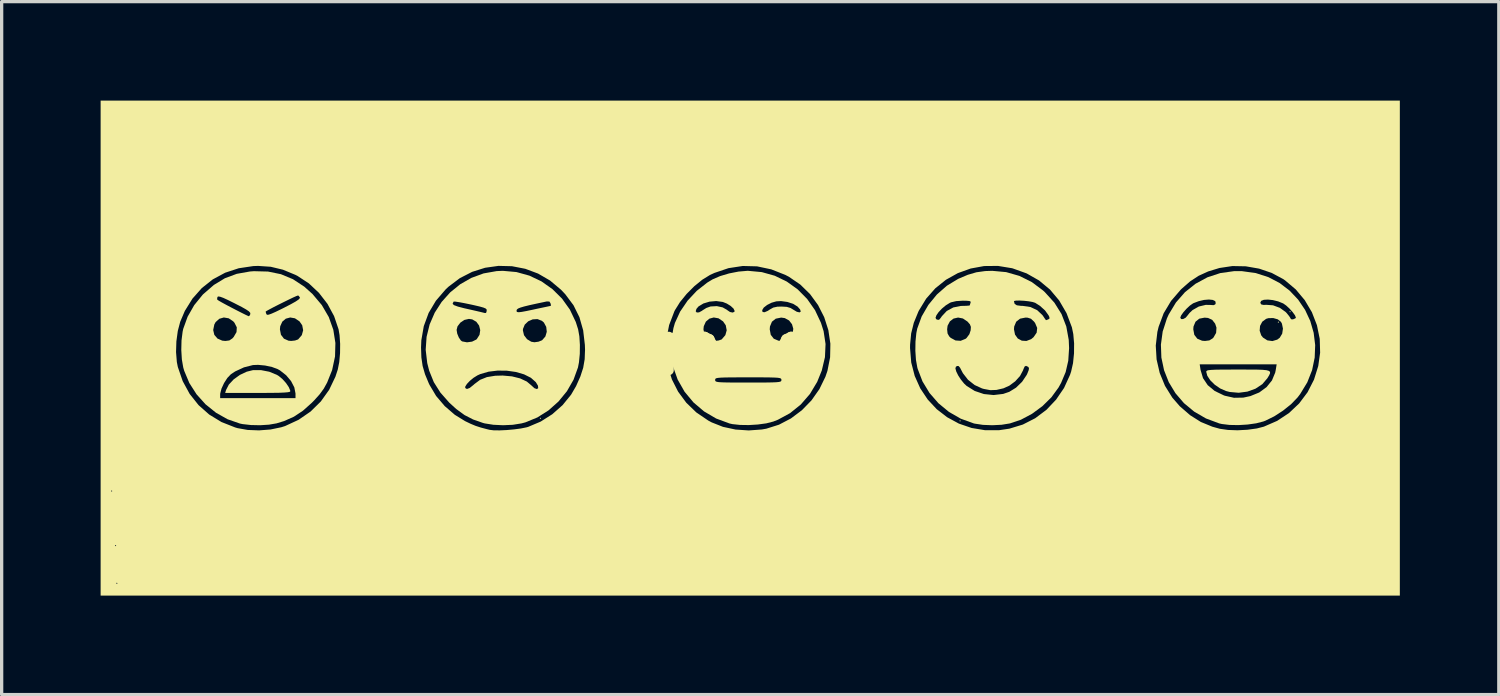
<source format=kicad_pcb>
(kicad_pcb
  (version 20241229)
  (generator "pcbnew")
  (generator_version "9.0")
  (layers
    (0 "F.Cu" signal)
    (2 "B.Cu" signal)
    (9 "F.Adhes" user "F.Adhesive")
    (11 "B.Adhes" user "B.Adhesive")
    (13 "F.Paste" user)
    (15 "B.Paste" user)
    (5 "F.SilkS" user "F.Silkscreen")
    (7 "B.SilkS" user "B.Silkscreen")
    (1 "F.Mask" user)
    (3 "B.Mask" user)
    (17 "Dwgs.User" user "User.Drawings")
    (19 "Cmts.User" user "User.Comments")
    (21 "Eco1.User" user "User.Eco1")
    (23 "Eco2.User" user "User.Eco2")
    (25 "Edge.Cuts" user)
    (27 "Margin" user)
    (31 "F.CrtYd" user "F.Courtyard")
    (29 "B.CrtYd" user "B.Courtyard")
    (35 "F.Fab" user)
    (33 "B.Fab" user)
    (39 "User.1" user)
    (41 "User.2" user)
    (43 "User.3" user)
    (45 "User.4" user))
  (footprint "smile t"
    (layer "F.Cu")
    (at 19.69 7.482)
    (property "Reference" "smile t" (at 0 0 0) (layer "F.SilkS") (effects (font (size 1.524 1.524) (thickness 0.3))))
    (attr board_only exclude_from_pos_files exclude_from_bom)
    (fp_poly (pts (xy -6.34 2.146) (xy -6.36 2.166) (xy -6.38 2.146) (xy -6.36 2.127)) (stroke (width 0) (type solid)) (fill yes) (layer "F.SilkS"))
    (fp_poly (pts (xy 6.38 2.225) (xy 6.36 2.245) (xy 6.34 2.225) (xy 6.36 2.205)) (stroke (width 0) (type solid)) (fill yes) (layer "F.SilkS"))
    (fp_poly (pts (xy 16.028 -0.768) (xy 16.008 -0.748) (xy 15.988 -0.768) (xy 16.008 -0.788)) (stroke (width 0) (type solid)) (fill yes) (layer "F.SilkS"))
    (fp_poly (pts (xy 16.382 -1.083) (xy 16.362 -1.063) (xy 16.343 -1.083) (xy 16.362 -1.103)) (stroke (width 0) (type solid)) (fill yes) (layer "F.SilkS"))
    (fp_poly (pts (xy -14.58 0.735) (xy -14.352 0.828) (xy -14.291 0.865) (xy -14.178 0.959) (xy -14.07 1.079) (xy -13.987 1.202) (xy -13.943 1.306) (xy -13.941 1.329) (xy -13.958 1.345) (xy -14.015 1.357) (xy -14.12 1.366) (xy -14.278 1.373) (xy -14.498 1.376) (xy -14.786 1.378) (xy -14.928 1.378) (xy -15.915 1.378) (xy -15.889 1.29) (xy -15.804 1.125) (xy -15.658 0.968) (xy -15.471 0.833) (xy -15.261 0.734) (xy -15.076 0.688) (xy -14.833 0.686)) (stroke (width 0) (type solid)) (fill yes) (layer "F.SilkS"))
    (fp_poly (pts (xy 15.102 0.67) (xy 15.345 0.671) (xy 15.524 0.677) (xy 15.648 0.689) (xy 15.722 0.71) (xy 15.756 0.741) (xy 15.755 0.785) (xy 15.729 0.843) (xy 15.683 0.919) (xy 15.676 0.931) (xy 15.522 1.112) (xy 15.315 1.249) (xy 15.07 1.338) (xy 14.805 1.373) (xy 14.534 1.349) (xy 14.422 1.32) (xy 14.244 1.242) (xy 14.08 1.129) (xy 13.945 0.996) (xy 13.854 0.858) (xy 13.822 0.738) (xy 13.827 0.717) (xy 13.848 0.7) (xy 13.894 0.688) (xy 13.975 0.68) (xy 14.098 0.674) (xy 14.274 0.671) (xy 14.511 0.67) (xy 14.787 0.669)) (stroke (width 0) (type solid)) (fill yes) (layer "F.SilkS"))
    (fp_poly (pts (xy 14.905 -2.313) (xy 15.323 -2.255) (xy 15.705 -2.132) (xy 16.048 -1.953) (xy 16.35 -1.722) (xy 16.608 -1.449) (xy 16.817 -1.141) (xy 16.975 -0.803) (xy 17.078 -0.445) (xy 17.124 -0.072) (xy 17.109 0.307) (xy 17.031 0.686) (xy 16.885 1.057) (xy 16.668 1.413) (xy 16.591 1.514) (xy 16.395 1.718) (xy 16.149 1.915) (xy 15.88 2.089) (xy 15.614 2.22) (xy 15.553 2.243) (xy 15.336 2.299) (xy 15.075 2.336) (xy 14.797 2.353) (xy 14.528 2.348) (xy 14.296 2.32) (xy 14.216 2.302) (xy 13.814 2.152) (xy 13.456 1.944) (xy 13.146 1.687) (xy 12.889 1.387) (xy 12.686 1.051) (xy 12.543 0.689) (xy 12.506 0.512) (xy 13.624 0.512) (xy 13.649 0.679) (xy 13.724 0.93) (xy 13.867 1.143) (xy 14.078 1.318) (xy 14.355 1.452) (xy 14.386 1.463) (xy 14.663 1.525) (xy 14.945 1.52) (xy 15.159 1.474) (xy 15.429 1.364) (xy 15.65 1.202) (xy 15.814 0.999) (xy 15.913 0.76) (xy 15.929 0.679) (xy 15.956 0.512) (xy 13.624 0.512) (xy 12.506 0.512) (xy 12.462 0.307) (xy 12.448 -0.087) (xy 12.502 -0.486) (xy 12.524 -0.551) (xy 13.429 -0.551) (xy 13.46 -0.384) (xy 13.551 -0.266) (xy 13.695 -0.205) (xy 13.783 -0.197) (xy 13.916 -0.214) (xy 14.014 -0.274) (xy 14.041 -0.301) (xy 14.121 -0.441) (xy 14.126 -0.509) (xy 15.441 -0.509) (xy 15.488 -0.368) (xy 15.541 -0.301) (xy 15.675 -0.215) (xy 15.828 -0.194) (xy 15.975 -0.238) (xy 16.049 -0.294) (xy 16.124 -0.418) (xy 16.147 -0.572) (xy 16.116 -0.722) (xy 16.086 -0.777) (xy 15.99 -0.853) (xy 15.852 -0.892) (xy 15.705 -0.888) (xy 15.638 -0.868) (xy 15.52 -0.781) (xy 15.453 -0.654) (xy 15.441 -0.509) (xy 14.126 -0.509) (xy 14.132 -0.601) (xy 14.092 -0.721) (xy 14.001 -0.838) (xy 13.876 -0.895) (xy 13.771 -0.904) (xy 13.611 -0.873) (xy 13.496 -0.78) (xy 13.436 -0.636) (xy 13.429 -0.551) (xy 12.524 -0.551) (xy 12.63 -0.881) (xy 12.64 -0.903) (xy 13.035 -0.903) (xy 13.061 -0.861) (xy 13.123 -0.862) (xy 13.195 -0.9) (xy 13.237 -0.947) (xy 13.317 -1.048) (xy 13.407 -1.133) (xy 13.597 -1.241) (xy 13.807 -1.291) (xy 13.942 -1.289) (xy 14.044 -1.282) (xy 14.094 -1.305) (xy 14.11 -1.342) (xy 14.106 -1.357) (xy 15.461 -1.357) (xy 15.463 -1.347) (xy 15.492 -1.303) (xy 15.563 -1.289) (xy 15.639 -1.293) (xy 15.846 -1.278) (xy 16.053 -1.201) (xy 16.229 -1.075) (xy 16.262 -1.04) (xy 16.334 -0.951) (xy 16.377 -0.885) (xy 16.382 -0.869) (xy 16.413 -0.85) (xy 16.461 -0.855) (xy 16.525 -0.884) (xy 16.54 -0.904) (xy 16.512 -0.974) (xy 16.441 -1.072) (xy 16.345 -1.179) (xy 16.243 -1.273) (xy 16.154 -1.335) (xy 16.001 -1.397) (xy 15.842 -1.436) (xy 15.693 -1.452) (xy 15.569 -1.445) (xy 15.487 -1.413) (xy 15.461 -1.357) (xy 14.106 -1.357) (xy 14.095 -1.404) (xy 14.02 -1.441) (xy 13.902 -1.453) (xy 13.755 -1.441) (xy 13.596 -1.404) (xy 13.438 -1.344) (xy 13.42 -1.335) (xy 13.328 -1.271) (xy 13.225 -1.175) (xy 13.13 -1.068) (xy 13.06 -0.969) (xy 13.035 -0.903) (xy 12.64 -0.903) (xy 12.684 -1) (xy 12.904 -1.364) (xy 13.178 -1.677) (xy 13.499 -1.932) (xy 13.859 -2.127) (xy 14.249 -2.255) (xy 14.663 -2.313)) (stroke (width 0) (type solid)) (fill yes) (layer "F.SilkS"))
    (fp_poly (pts (xy -14.617 -2.301) (xy -14.225 -2.221) (xy -13.86 -2.069) (xy -13.517 -1.843) (xy -13.267 -1.619) (xy -12.985 -1.284) (xy -12.774 -0.921) (xy -12.637 -0.536) (xy -12.574 -0.136) (xy -12.585 0.273) (xy -12.673 0.685) (xy -12.824 1.063) (xy -12.925 1.246) (xy -13.049 1.417) (xy -13.213 1.6) (xy -13.287 1.675) (xy -13.559 1.918) (xy -13.831 2.098) (xy -14.127 2.23) (xy -14.36 2.301) (xy -14.587 2.34) (xy -14.857 2.357) (xy -15.134 2.351) (xy -15.385 2.323) (xy -15.468 2.306) (xy -15.842 2.176) (xy -16.193 1.978) (xy -16.51 1.723) (xy -16.678 1.536) (xy -16.067 1.536) (xy -13.783 1.536) (xy -13.783 1.396) (xy -13.819 1.21) (xy -13.918 1.019) (xy -14.067 0.842) (xy -14.254 0.695) (xy -14.325 0.655) (xy -14.495 0.592) (xy -14.705 0.547) (xy -14.917 0.527) (xy -15.072 0.533) (xy -15.346 0.603) (xy -15.612 0.726) (xy -15.744 0.814) (xy -15.85 0.925) (xy -15.949 1.079) (xy -16.026 1.246) (xy -16.065 1.396) (xy -16.067 1.428) (xy -16.067 1.536) (xy -16.678 1.536) (xy -16.782 1.42) (xy -17.001 1.078) (xy -17.156 0.709) (xy -17.186 0.605) (xy -17.228 0.361) (xy -17.245 0.077) (xy -17.238 -0.214) (xy -17.205 -0.477) (xy -17.194 -0.529) (xy -16.278 -0.529) (xy -16.244 -0.383) (xy -16.149 -0.271) (xy -16.004 -0.207) (xy -15.908 -0.197) (xy -15.788 -0.213) (xy -15.696 -0.275) (xy -15.657 -0.318) (xy -15.571 -0.466) (xy -15.566 -0.551) (xy -14.256 -0.551) (xy -14.224 -0.385) (xy -14.134 -0.267) (xy -13.994 -0.205) (xy -13.913 -0.198) (xy -13.797 -0.211) (xy -13.709 -0.242) (xy -13.701 -0.247) (xy -13.592 -0.374) (xy -13.551 -0.522) (xy -13.58 -0.673) (xy -13.662 -0.791) (xy -13.8 -0.884) (xy -13.944 -0.909) (xy -14.077 -0.873) (xy -14.183 -0.783) (xy -14.246 -0.644) (xy -14.256 -0.551) (xy -15.566 -0.551) (xy -15.563 -0.611) (xy -15.634 -0.75) (xy -15.67 -0.791) (xy -15.808 -0.884) (xy -15.956 -0.909) (xy -16.094 -0.869) (xy -16.205 -0.768) (xy -16.244 -0.696) (xy -16.278 -0.529) (xy -17.194 -0.529) (xy -17.186 -0.565) (xy -17.053 -0.933) (xy -16.853 -1.283) (xy -16.705 -1.465) (xy -16.16 -1.465) (xy -16.147 -1.443) (xy -16.101 -1.413) (xy -16.003 -1.357) (xy -15.868 -1.284) (xy -15.712 -1.202) (xy -15.552 -1.119) (xy -15.404 -1.044) (xy -15.285 -0.985) (xy -15.211 -0.951) (xy -15.195 -0.947) (xy -15.166 -0.978) (xy -15.152 -1.016) (xy -15.157 -1.052) (xy -15.188 -1.086) (xy -14.689 -1.086) (xy -14.676 -1.04) (xy -14.665 -1.009) (xy -14.644 -0.99) (xy -14.596 -0.994) (xy -14.511 -1.024) (xy -14.378 -1.083) (xy -14.189 -1.175) (xy -14.135 -1.202) (xy -13.924 -1.311) (xy -13.778 -1.393) (xy -13.689 -1.453) (xy -13.652 -1.495) (xy -13.65 -1.516) (xy -13.689 -1.568) (xy -13.709 -1.575) (xy -13.755 -1.559) (xy -13.854 -1.515) (xy -13.989 -1.45) (xy -14.144 -1.374) (xy -14.305 -1.294) (xy -14.456 -1.217) (xy -14.58 -1.151) (xy -14.663 -1.105) (xy -14.689 -1.086) (xy -15.188 -1.086) (xy -15.196 -1.095) (xy -15.278 -1.151) (xy -15.412 -1.227) (xy -15.609 -1.328) (xy -15.624 -1.336) (xy -15.828 -1.437) (xy -15.973 -1.504) (xy -16.068 -1.538) (xy -16.124 -1.546) (xy -16.149 -1.531) (xy -16.16 -1.465) (xy -16.705 -1.465) (xy -16.598 -1.597) (xy -16.577 -1.618) (xy -16.258 -1.895) (xy -15.924 -2.098) (xy -15.563 -2.232) (xy -15.164 -2.303) (xy -15.043 -2.312)) (stroke (width 0) (type solid)) (fill yes) (layer "F.SilkS"))
    (fp_poly (pts (xy -7.086 -2.286) (xy -6.693 -2.177) (xy -6.326 -2.002) (xy -5.995 -1.768) (xy -5.706 -1.482) (xy -5.467 -1.148) (xy -5.288 -0.773) (xy -5.217 -0.551) (xy -5.179 -0.337) (xy -5.163 -0.078) (xy -5.166 0.194) (xy -5.191 0.449) (xy -5.221 0.605) (xy -5.356 0.978) (xy -5.556 1.326) (xy -5.813 1.639) (xy -6.114 1.907) (xy -6.452 2.121) (xy -6.815 2.27) (xy -6.935 2.302) (xy -7.198 2.344) (xy -7.493 2.357) (xy -7.786 2.343) (xy -8.046 2.302) (xy -8.099 2.288) (xy -8.399 2.183) (xy -8.661 2.048) (xy -8.91 1.866) (xy -9.121 1.674) (xy -9.39 1.369) (xy -9.479 1.229) (xy -8.639 1.229) (xy -8.587 1.259) (xy -8.503 1.227) (xy -8.383 1.131) (xy -8.36 1.109) (xy -8.188 0.981) (xy -7.981 0.898) (xy -7.728 0.857) (xy -7.502 0.851) (xy -7.222 0.876) (xy -6.974 0.938) (xy -6.772 1.033) (xy -6.64 1.144) (xy -6.542 1.234) (xy -6.467 1.261) (xy -6.427 1.233) (xy -6.434 1.159) (xy -6.499 1.051) (xy -6.648 0.919) (xy -6.855 0.815) (xy -7.103 0.743) (xy -7.376 0.704) (xy -7.658 0.701) (xy -7.931 0.734) (xy -8.18 0.806) (xy -8.267 0.845) (xy -8.386 0.919) (xy -8.498 1.011) (xy -8.587 1.105) (xy -8.637 1.184) (xy -8.639 1.229) (xy -9.479 1.229) (xy -9.591 1.051) (xy -9.731 0.704) (xy -9.79 0.473) (xy -9.837 0.071) (xy -9.81 -0.322) (xy -9.758 -0.533) (xy -8.9 -0.533) (xy -8.881 -0.419) (xy -8.833 -0.302) (xy -8.771 -0.212) (xy -8.733 -0.184) (xy -8.585 -0.156) (xy -8.431 -0.177) (xy -8.305 -0.239) (xy -8.288 -0.254) (xy -8.205 -0.384) (xy -8.185 -0.518) (xy -6.891 -0.518) (xy -6.857 -0.372) (xy -6.765 -0.251) (xy -6.638 -0.174) (xy -6.542 -0.158) (xy -6.418 -0.175) (xy -6.313 -0.217) (xy -6.307 -0.221) (xy -6.209 -0.333) (xy -6.167 -0.475) (xy -6.183 -0.623) (xy -6.254 -0.755) (xy -6.313 -0.807) (xy -6.448 -0.86) (xy -6.594 -0.852) (xy -6.729 -0.793) (xy -6.834 -0.693) (xy -6.888 -0.562) (xy -6.891 -0.518) (xy -8.185 -0.518) (xy -8.184 -0.527) (xy -8.219 -0.665) (xy -8.302 -0.779) (xy -8.426 -0.851) (xy -8.527 -0.866) (xy -8.664 -0.835) (xy -8.786 -0.753) (xy -8.872 -0.641) (xy -8.9 -0.533) (xy -9.758 -0.533) (xy -9.717 -0.7) (xy -9.563 -1.055) (xy -9.392 -1.32) (xy -9.018 -1.32) (xy -8.979 -1.283) (xy -8.861 -1.239) (xy -8.666 -1.188) (xy -8.634 -1.181) (xy -8.456 -1.141) (xy -8.294 -1.104) (xy -8.173 -1.076) (xy -8.132 -1.066) (xy -8.044 -1.044) (xy -8.007 -1.048) (xy -7.993 -1.088) (xy -7.992 -1.096) (xy -7.083 -1.096) (xy -7.065 -1.075) (xy -7.017 -1.068) (xy -6.928 -1.078) (xy -6.787 -1.104) (xy -6.582 -1.147) (xy -6.514 -1.162) (xy -6.335 -1.2) (xy -6.187 -1.231) (xy -6.085 -1.253) (xy -6.045 -1.26) (xy -6.043 -1.292) (xy -6.053 -1.337) (xy -6.087 -1.392) (xy -6.162 -1.395) (xy -6.177 -1.393) (xy -6.469 -1.331) (xy -6.692 -1.282) (xy -6.855 -1.242) (xy -6.966 -1.209) (xy -7.036 -1.18) (xy -7.071 -1.152) (xy -7.081 -1.131) (xy -7.083 -1.096) (xy -7.992 -1.096) (xy -7.988 -1.119) (xy -7.99 -1.152) (xy -8.018 -1.18) (xy -8.083 -1.208) (xy -8.196 -1.24) (xy -8.371 -1.281) (xy -8.467 -1.302) (xy -8.654 -1.341) (xy -8.814 -1.371) (xy -8.93 -1.389) (xy -8.986 -1.392) (xy -8.988 -1.392) (xy -9.016 -1.341) (xy -9.018 -1.32) (xy -9.392 -1.32) (xy -9.353 -1.381) (xy -9.094 -1.67) (xy -8.792 -1.915) (xy -8.453 -2.109) (xy -8.082 -2.245) (xy -7.685 -2.315) (xy -7.498 -2.323)) (stroke (width 0) (type solid)) (fill yes) (layer "F.SilkS"))
    (fp_poly (pts (xy 0.351 -2.284) (xy 0.744 -2.174) (xy 1.109 -1.997) (xy 1.439 -1.76) (xy 1.726 -1.469) (xy 1.964 -1.13) (xy 2.144 -0.747) (xy 2.224 -0.494) (xy 2.283 -0.105) (xy 2.265 0.293) (xy 2.169 0.698) (xy 2.029 1.044) (xy 1.809 1.41) (xy 1.533 1.728) (xy 1.207 1.991) (xy 0.84 2.19) (xy 0.698 2.246) (xy 0.488 2.3) (xy 0.232 2.335) (xy -0.043 2.352) (xy -0.31 2.348) (xy -0.542 2.323) (xy -0.63 2.303) (xy -1.034 2.153) (xy -1.4 1.938) (xy -1.721 1.665) (xy -1.99 1.342) (xy -2.193 0.984) (xy -1.063 0.984) (xy -1.061 1.009) (xy -1.047 1.027) (xy -1.013 1.041) (xy -0.95 1.051) (xy -0.849 1.057) (xy -0.7 1.061) (xy -0.496 1.063) (xy -0.226 1.063) (xy -0.059 1.063) (xy 0.248 1.063) (xy 0.485 1.062) (xy 0.661 1.059) (xy 0.785 1.054) (xy 0.867 1.046) (xy 0.914 1.035) (xy 0.937 1.019) (xy 0.945 0.998) (xy 0.945 0.984) (xy 0.943 0.96) (xy 0.929 0.942) (xy 0.895 0.928) (xy 0.832 0.918) (xy 0.731 0.912) (xy 0.582 0.908) (xy 0.378 0.906) (xy 0.108 0.906) (xy -0.059 0.906) (xy -0.366 0.906) (xy -0.603 0.907) (xy -0.779 0.91) (xy -0.903 0.915) (xy -0.985 0.923) (xy -1.033 0.934) (xy -1.056 0.95) (xy -1.063 0.971) (xy -1.063 0.984) (xy -2.193 0.984) (xy -2.199 0.974) (xy -2.343 0.569) (xy -2.348 0.552) (xy -2.388 0.296) (xy -2.397 0.001) (xy -2.376 -0.305) (xy -2.334 -0.551) (xy -1.418 -0.551) (xy -1.386 -0.385) (xy -1.296 -0.267) (xy -1.156 -0.205) (xy -1.075 -0.198) (xy -0.96 -0.211) (xy -0.871 -0.242) (xy -0.863 -0.247) (xy -0.754 -0.374) (xy -0.713 -0.522) (xy -0.719 -0.551) (xy 0.591 -0.551) (xy 0.622 -0.384) (xy 0.713 -0.266) (xy 0.857 -0.205) (xy 0.945 -0.197) (xy 1.087 -0.217) (xy 1.195 -0.286) (xy 1.203 -0.294) (xy 1.286 -0.424) (xy 1.305 -0.567) (xy 1.266 -0.704) (xy 1.178 -0.818) (xy 1.048 -0.89) (xy 0.938 -0.906) (xy 0.774 -0.873) (xy 0.658 -0.781) (xy 0.598 -0.636) (xy 0.591 -0.551) (xy -0.719 -0.551) (xy -0.742 -0.673) (xy -0.824 -0.791) (xy -0.962 -0.884) (xy -1.106 -0.909) (xy -1.239 -0.873) (xy -1.345 -0.783) (xy -1.408 -0.644) (xy -1.418 -0.551) (xy -2.334 -0.551) (xy -2.327 -0.589) (xy -2.283 -0.743) (xy -2.123 -1.091) (xy -2.118 -1.097) (xy -1.653 -1.097) (xy -1.621 -1.06) (xy -1.551 -1.064) (xy -1.461 -1.113) (xy -1.448 -1.124) (xy -1.331 -1.197) (xy -1.203 -1.243) (xy -1.2 -1.243) (xy -1.011 -1.253) (xy -0.836 -1.215) (xy -0.701 -1.138) (xy -0.693 -1.129) (xy -0.613 -1.075) (xy -0.533 -1.058) (xy -0.481 -1.08) (xy -0.473 -1.107) (xy -0.484 -1.131) (xy 0.362 -1.131) (xy 0.374 -1.075) (xy 0.435 -1.068) (xy 0.533 -1.11) (xy 0.596 -1.152) (xy 0.698 -1.209) (xy 0.822 -1.236) (xy 0.945 -1.24) (xy 1.106 -1.231) (xy 1.221 -1.197) (xy 1.295 -1.152) (xy 1.412 -1.082) (xy 1.494 -1.063) (xy 1.531 -1.087) (xy 1.513 -1.15) (xy 1.435 -1.239) (xy 1.303 -1.322) (xy 1.125 -1.38) (xy 0.933 -1.406) (xy 0.79 -1.398) (xy 0.647 -1.357) (xy 0.513 -1.289) (xy 0.41 -1.209) (xy 0.362 -1.131) (xy 0.362 -1.131) (xy -0.484 -1.131) (xy -0.506 -1.178) (xy -0.592 -1.258) (xy -0.71 -1.331) (xy -0.832 -1.38) (xy -1.031 -1.407) (xy -1.235 -1.389) (xy -1.42 -1.333) (xy -1.567 -1.244) (xy -1.63 -1.17) (xy -1.653 -1.097) (xy -2.118 -1.097) (xy -1.897 -1.421) (xy -1.619 -1.718) (xy -1.303 -1.966) (xy -1.14 -2.065) (xy -0.914 -2.163) (xy -0.642 -2.244) (xy -0.356 -2.3) (xy -0.088 -2.323) (xy -0.063 -2.323)) (stroke (width 0) (type solid)) (fill yes) (layer "F.SilkS"))
    (fp_poly (pts (xy 7.758 -2.284) (xy 8.159 -2.169) (xy 8.535 -1.982) (xy 8.879 -1.724) (xy 8.929 -1.678) (xy 9.22 -1.357) (xy 9.436 -1.012) (xy 9.58 -0.637) (xy 9.654 -0.23) (xy 9.665 0.02) (xy 9.64 0.402) (xy 9.561 0.745) (xy 9.422 1.075) (xy 9.344 1.215) (xy 9.129 1.51) (xy 8.856 1.779) (xy 8.542 2.01) (xy 8.205 2.19) (xy 7.872 2.302) (xy 7.619 2.343) (xy 7.335 2.357) (xy 7.053 2.346) (xy 6.807 2.309) (xy 6.773 2.301) (xy 6.382 2.159) (xy 6.023 1.953) (xy 5.704 1.69) (xy 5.434 1.379) (xy 5.221 1.028) (xy 5.075 0.647) (xy 5.072 0.634) (xy 6.219 0.634) (xy 6.245 0.729) (xy 6.304 0.849) (xy 6.387 0.976) (xy 6.483 1.094) (xy 6.559 1.165) (xy 6.804 1.318) (xy 7.083 1.412) (xy 7.377 1.442) (xy 7.666 1.408) (xy 7.851 1.345) (xy 8.056 1.219) (xy 8.24 1.04) (xy 8.378 0.835) (xy 8.397 0.796) (xy 8.441 0.685) (xy 8.449 0.622) (xy 8.424 0.588) (xy 8.422 0.586) (xy 8.359 0.557) (xy 8.318 0.577) (xy 8.281 0.658) (xy 8.268 0.695) (xy 8.178 0.864) (xy 8.032 1.026) (xy 7.854 1.158) (xy 7.676 1.238) (xy 7.463 1.287) (xy 7.278 1.294) (xy 7.081 1.257) (xy 7.025 1.241) (xy 6.801 1.138) (xy 6.6 0.978) (xy 6.447 0.781) (xy 6.419 0.728) (xy 6.361 0.616) (xy 6.318 0.564) (xy 6.275 0.561) (xy 6.235 0.582) (xy 6.219 0.634) (xy 5.072 0.634) (xy 5.064 0.605) (xy 5.023 0.374) (xy 5.005 0.102) (xy 5.009 -0.179) (xy 5.035 -0.437) (xy 5.058 -0.551) (xy 5.968 -0.551) (xy 5.981 -0.425) (xy 6.031 -0.336) (xy 6.077 -0.291) (xy 6.223 -0.212) (xy 6.379 -0.202) (xy 6.526 -0.262) (xy 6.556 -0.286) (xy 6.643 -0.403) (xy 6.681 -0.52) (xy 6.683 -0.551) (xy 7.994 -0.551) (xy 8.026 -0.39) (xy 8.11 -0.272) (xy 8.231 -0.206) (xy 8.371 -0.197) (xy 8.515 -0.252) (xy 8.588 -0.312) (xy 8.682 -0.449) (xy 8.698 -0.592) (xy 8.635 -0.74) (xy 8.601 -0.785) (xy 8.51 -0.87) (xy 8.409 -0.903) (xy 8.343 -0.906) (xy 8.179 -0.873) (xy 8.062 -0.781) (xy 8.001 -0.636) (xy 7.994 -0.551) (xy 6.683 -0.551) (xy 6.688 -0.624) (xy 6.658 -0.702) (xy 6.584 -0.786) (xy 6.446 -0.879) (xy 6.3 -0.907) (xy 6.163 -0.876) (xy 6.052 -0.791) (xy 5.982 -0.66) (xy 5.968 -0.551) (xy 5.058 -0.551) (xy 5.061 -0.569) (xy 5.181 -0.898) (xy 5.616 -0.898) (xy 5.641 -0.853) (xy 5.642 -0.853) (xy 5.698 -0.835) (xy 5.738 -0.851) (xy 5.787 -0.915) (xy 5.809 -0.948) (xy 5.957 -1.106) (xy 6.155 -1.213) (xy 6.385 -1.259) (xy 6.432 -1.26) (xy 6.553 -1.263) (xy 6.634 -1.27) (xy 6.655 -1.277) (xy 6.667 -1.323) (xy 6.679 -1.355) (xy 6.681 -1.389) (xy 6.658 -1.401) (xy 7.994 -1.401) (xy 8.014 -1.323) (xy 8.081 -1.278) (xy 8.209 -1.261) (xy 8.261 -1.26) (xy 8.493 -1.226) (xy 8.697 -1.131) (xy 8.856 -0.982) (xy 8.88 -0.948) (xy 8.933 -0.869) (xy 8.963 -0.829) (xy 8.966 -0.827) (xy 9.002 -0.839) (xy 9.033 -0.851) (xy 9.072 -0.877) (xy 9.066 -0.926) (xy 9.04 -0.978) (xy 8.934 -1.124) (xy 8.781 -1.262) (xy 8.636 -1.354) (xy 8.557 -1.379) (xy 8.438 -1.4) (xy 8.301 -1.415) (xy 8.168 -1.422) (xy 8.06 -1.421) (xy 8 -1.409) (xy 7.994 -1.401) (xy 6.658 -1.401) (xy 6.645 -1.408) (xy 6.556 -1.416) (xy 6.441 -1.418) (xy 6.243 -1.405) (xy 6.088 -1.369) (xy 6.053 -1.354) (xy 5.927 -1.276) (xy 5.81 -1.178) (xy 5.711 -1.073) (xy 5.643 -0.975) (xy 5.616 -0.898) (xy 5.181 -0.898) (xy 5.197 -0.941) (xy 5.4 -1.291) (xy 5.658 -1.606) (xy 5.961 -1.872) (xy 6.299 -2.077) (xy 6.305 -2.08) (xy 6.593 -2.202) (xy 6.855 -2.279) (xy 7.122 -2.316) (xy 7.336 -2.323)) (stroke (width 0) (type solid)) (fill yes) (layer "F.SilkS"))
    (fp_poly (pts (xy 19.69 7.522) (xy -19.69 7.522) (xy -19.69 7.147) (xy -19.217 7.147) (xy -19.198 7.167) (xy -19.178 7.147) (xy -19.198 7.128) (xy -19.217 7.147) (xy -19.69 7.147) (xy -19.69 6.005) (xy -19.257 6.005) (xy -19.237 6.025) (xy -19.217 6.005) (xy -19.237 5.986) (xy -19.257 6.005) (xy -19.69 6.005) (xy -19.69 4.351) (xy -19.375 4.351) (xy -19.355 4.371) (xy -19.336 4.351) (xy -19.355 4.332) (xy -19.375 4.351) (xy -19.69 4.351) (xy -19.69 0.139) (xy -17.404 0.139) (xy -17.38 0.44) (xy -17.35 0.591) (xy -17.202 1.021) (xy -16.991 1.408) (xy -16.722 1.747) (xy -16.399 2.033) (xy -16.027 2.26) (xy -15.612 2.424) (xy -15.541 2.445) (xy -15.232 2.5) (xy -14.888 2.513) (xy -14.539 2.486) (xy -14.216 2.419) (xy -14.099 2.382) (xy -13.689 2.192) (xy -13.326 1.942) (xy -13.016 1.637) (xy -12.763 1.283) (xy -12.573 0.886) (xy -12.502 0.669) (xy -12.457 0.443) (xy -12.433 0.173) (xy -12.431 0) (xy -9.978 0) (xy -9.968 0.301) (xy -9.93 0.561) (xy -9.857 0.813) (xy -9.743 1.088) (xy -9.719 1.137) (xy -9.521 1.47) (xy -9.26 1.777) (xy -8.954 2.041) (xy -8.644 2.232) (xy -8.473 2.314) (xy -8.324 2.376) (xy -8.167 2.427) (xy -7.971 2.479) (xy -7.896 2.497) (xy -7.77 2.512) (xy -7.591 2.513) (xy -7.379 2.503) (xy -7.159 2.483) (xy -6.954 2.456) (xy -6.786 2.422) (xy -6.734 2.408) (xy -6.352 2.247) (xy -5.999 2.023) (xy -5.688 1.748) (xy -5.43 1.431) (xy -5.279 1.172) (xy -5.148 0.878) (xy -5.063 0.616) (xy -5.018 0.356) (xy -5.011 0.163) (xy -2.554 0.163) (xy -2.497 0.574) (xy -2.374 0.969) (xy -2.187 1.338) (xy -1.939 1.674) (xy -1.634 1.969) (xy -1.272 2.215) (xy -1.168 2.271) (xy -0.826 2.406) (xy -0.445 2.488) (xy -0.045 2.515) (xy 0.351 2.486) (xy 0.487 2.462) (xy 0.871 2.341) (xy 1.233 2.152) (xy 1.565 1.903) (xy 1.856 1.604) (xy 2.097 1.262) (xy 2.279 0.888) (xy 2.34 0.71) (xy 2.421 0.299) (xy 2.427 0.02) (xy 4.844 0.02) (xy 4.88 0.456) (xy 4.986 0.864) (xy 5.154 1.24) (xy 5.379 1.577) (xy 5.653 1.871) (xy 5.971 2.116) (xy 6.325 2.308) (xy 6.71 2.44) (xy 7.119 2.508) (xy 7.546 2.507) (xy 7.856 2.461) (xy 8.262 2.337) (xy 8.638 2.145) (xy 8.977 1.891) (xy 9.27 1.582) (xy 9.512 1.227) (xy 9.693 0.831) (xy 9.727 0.729) (xy 9.784 0.476) (xy 9.814 0.182) (xy 9.816 -0.057) (xy 12.292 -0.057) (xy 12.317 0.363) (xy 12.412 0.774) (xy 12.572 1.164) (xy 12.794 1.521) (xy 13.021 1.782) (xy 13.335 2.054) (xy 13.658 2.258) (xy 14.008 2.402) (xy 14.236 2.465) (xy 14.483 2.5) (xy 14.771 2.51) (xy 15.072 2.494) (xy 15.355 2.455) (xy 15.569 2.4) (xy 15.971 2.225) (xy 16.33 1.988) (xy 16.639 1.696) (xy 16.893 1.357) (xy 17.088 0.976) (xy 17.217 0.562) (xy 17.274 0.158) (xy 17.262 -0.262) (xy 17.177 -0.675) (xy 17.024 -1.069) (xy 16.808 -1.434) (xy 16.536 -1.759) (xy 16.211 -2.034) (xy 16.155 -2.073) (xy 15.808 -2.259) (xy 15.423 -2.39) (xy 15.02 -2.46) (xy 14.616 -2.468) (xy 14.23 -2.41) (xy 14.223 -2.409) (xy 13.882 -2.305) (xy 13.594 -2.174) (xy 13.333 -2.003) (xy 13.074 -1.776) (xy 13.05 -1.753) (xy 12.755 -1.41) (xy 12.531 -1.036) (xy 12.379 -0.628) (xy 12.341 -0.473) (xy 12.292 -0.057) (xy 9.816 -0.057) (xy 9.817 -0.121) (xy 9.792 -0.406) (xy 9.75 -0.61) (xy 9.587 -1.041) (xy 9.364 -1.424) (xy 9.086 -1.755) (xy 8.756 -2.03) (xy 8.378 -2.245) (xy 7.958 -2.396) (xy 7.931 -2.403) (xy 7.509 -2.472) (xy 7.09 -2.468) (xy 6.681 -2.393) (xy 6.292 -2.253) (xy 5.932 -2.052) (xy 5.61 -1.793) (xy 5.334 -1.481) (xy 5.113 -1.12) (xy 5.095 -1.083) (xy 4.958 -0.748) (xy 4.878 -0.426) (xy 4.845 -0.083) (xy 4.844 0.02) (xy 2.427 0.02) (xy 2.429 -0.116) (xy 2.368 -0.525) (xy 2.242 -0.918) (xy 2.055 -1.286) (xy 1.812 -1.619) (xy 1.516 -1.908) (xy 1.172 -2.143) (xy 1.063 -2.2) (xy 0.637 -2.368) (xy 0.206 -2.459) (xy -0.227 -2.47) (xy -0.659 -2.404) (xy -1.087 -2.259) (xy -1.221 -2.197) (xy -1.454 -2.053) (xy -1.696 -1.856) (xy -1.927 -1.624) (xy -2.128 -1.377) (xy -2.28 -1.134) (xy -2.3 -1.095) (xy -2.458 -0.68) (xy -2.541 -0.258) (xy -2.554 0.163) (xy -5.011 0.163) (xy -5.007 0.07) (xy -5.012 -0.078) (xy -5.064 -0.52) (xy -5.177 -0.917) (xy -5.356 -1.278) (xy -5.605 -1.612) (xy -5.734 -1.749) (xy -6.066 -2.028) (xy -6.431 -2.24) (xy -6.819 -2.385) (xy -7.222 -2.463) (xy -7.63 -2.473) (xy -8.036 -2.416) (xy -8.429 -2.292) (xy -8.802 -2.101) (xy -9.145 -1.842) (xy -9.234 -1.758) (xy -9.528 -1.416) (xy -9.748 -1.046) (xy -9.895 -0.646) (xy -9.969 -0.219) (xy -9.978 0) (xy -12.431 0) (xy -12.43 -0.11) (xy -12.448 -0.374) (xy -12.478 -0.551) (xy -12.613 -0.949) (xy -12.814 -1.321) (xy -13.073 -1.656) (xy -13.379 -1.943) (xy -13.725 -2.17) (xy -13.784 -2.2) (xy -14.163 -2.357) (xy -14.533 -2.446) (xy -14.914 -2.472) (xy -15.063 -2.467) (xy -15.504 -2.401) (xy -15.915 -2.266) (xy -16.29 -2.064) (xy -16.622 -1.801) (xy -16.906 -1.481) (xy -17.137 -1.109) (xy -17.277 -0.781) (xy -17.351 -0.501) (xy -17.394 -0.184) (xy -17.404 0.139) (xy -19.69 0.139) (xy -19.69 -7.482) (xy 19.69 -7.482)) (stroke (width 0) (type solid)) (fill yes) (layer "F.SilkS")))
  (gr_rect
    (start -3 -3)
    (end 42.38 18.004)
    (stroke (width 0.1) (type default))
    (fill no)
    (layer "Edge.Cuts")))
</source>
